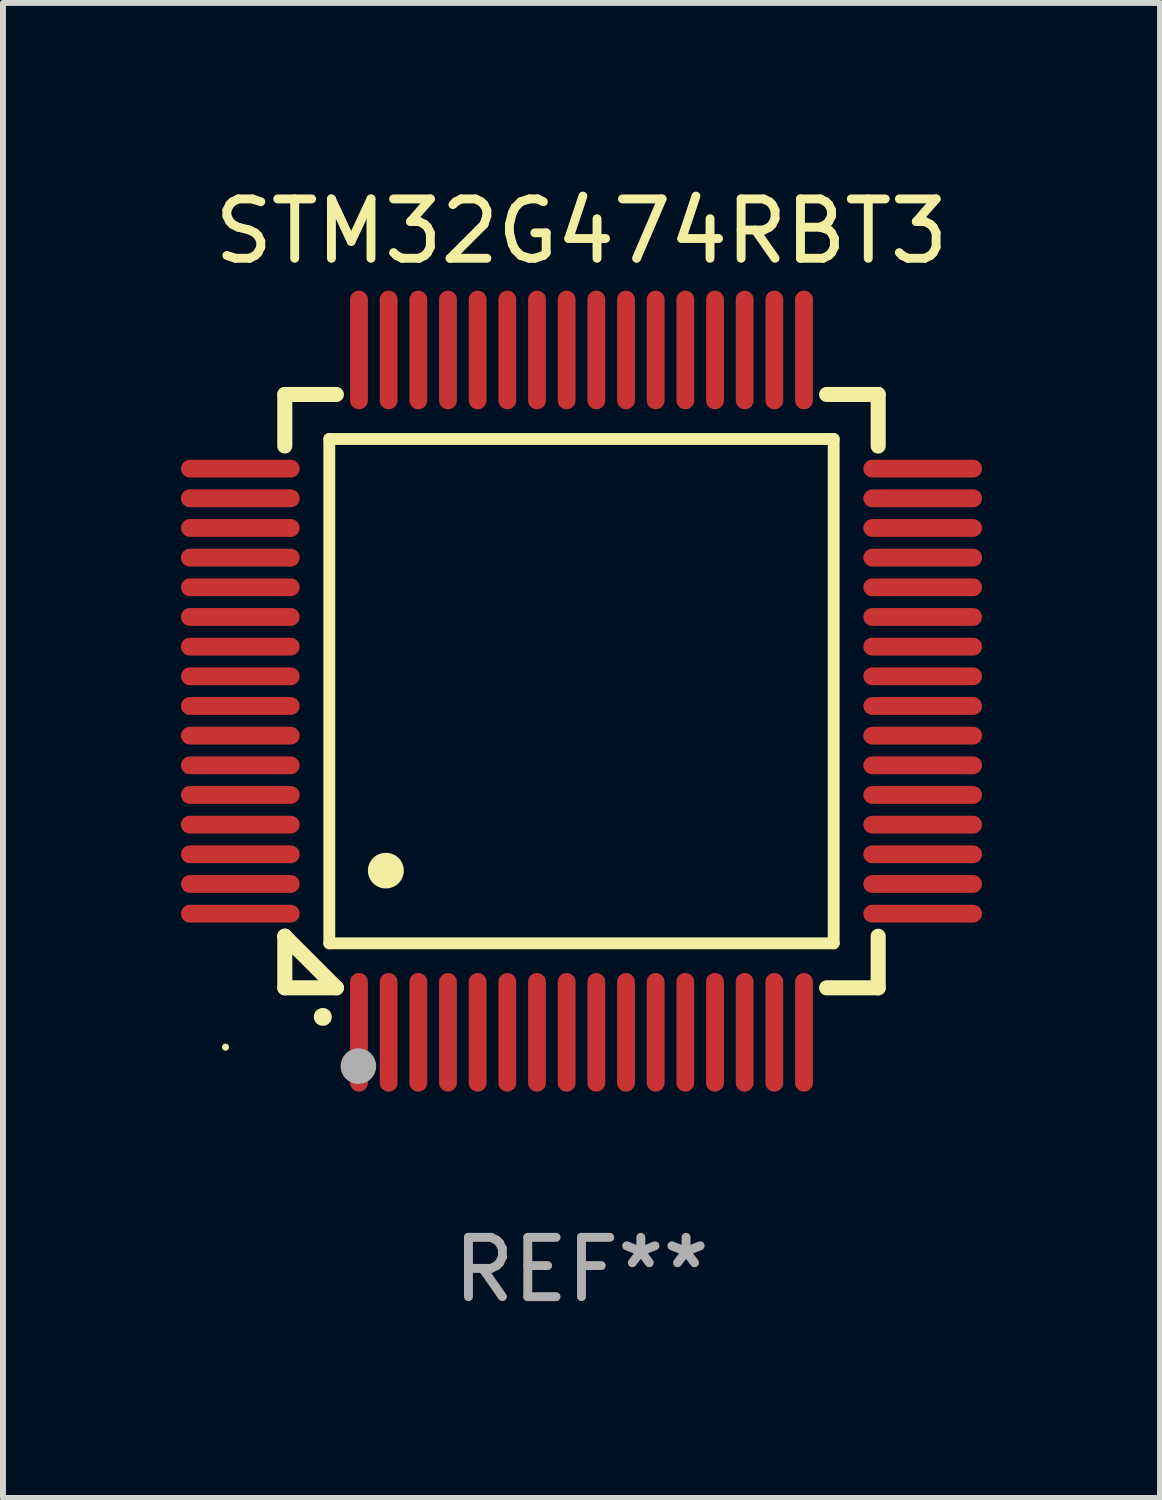
<source format=kicad_pcb>
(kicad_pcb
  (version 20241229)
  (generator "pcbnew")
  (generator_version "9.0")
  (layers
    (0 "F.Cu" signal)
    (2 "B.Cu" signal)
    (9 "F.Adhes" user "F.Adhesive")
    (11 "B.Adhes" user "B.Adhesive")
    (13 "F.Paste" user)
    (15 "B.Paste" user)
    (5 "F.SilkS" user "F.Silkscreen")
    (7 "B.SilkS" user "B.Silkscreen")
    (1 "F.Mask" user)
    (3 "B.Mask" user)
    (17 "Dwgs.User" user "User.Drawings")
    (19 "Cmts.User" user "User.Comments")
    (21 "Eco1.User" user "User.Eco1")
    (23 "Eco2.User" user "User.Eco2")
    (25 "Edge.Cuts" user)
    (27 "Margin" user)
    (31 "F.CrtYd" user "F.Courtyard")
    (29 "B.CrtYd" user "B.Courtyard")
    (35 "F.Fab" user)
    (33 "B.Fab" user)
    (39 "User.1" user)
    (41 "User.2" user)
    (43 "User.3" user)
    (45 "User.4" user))
  (footprint "STM32G474RBT3"
    (layer "F.Cu")
    (at 6.75 8.598)
    (property "Reference" "STM32G474RBT3" (at 0 -7.75 0) (layer "F.SilkS") (effects (font (size 1 1) (thickness 0.15))))
    (attr through_hole)
    (fp_line (start -5 -5) (end -4.131 -5) (stroke (width 0.254) (type solid)) (layer "F.SilkS"))
    (fp_line (start -5 -4.131) (end -5 -5) (stroke (width 0.254) (type solid)) (layer "F.SilkS"))
    (fp_line (start -5 4.131) (end -5 4.131) (stroke (width 0.254) (type solid)) (layer "F.SilkS"))
    (fp_line (start -5 5) (end -5 4.131) (stroke (width 0.254) (type solid)) (layer "F.SilkS"))
    (fp_line (start -5 4.131) (end -4.131 5) (stroke (width 0.254) (type solid)) (layer "F.SilkS"))
    (fp_line (start -4.25 -4.25) (end -4.25 4.25) (stroke (width 0.2) (type solid)) (layer "F.SilkS"))
    (fp_line (start -4.25 4.25) (end 4.25 4.25) (stroke (width 0.2) (type solid)) (layer "F.SilkS"))
    (fp_line (start -4.131 5) (end -5 5) (stroke (width 0.254) (type solid)) (layer "F.SilkS"))
    (fp_line (start 4.25 -4.25) (end -4.25 -4.25) (stroke (width 0.2) (type solid)) (layer "F.SilkS"))
    (fp_line (start 4.25 4.25) (end 4.25 -4.25) (stroke (width 0.2) (type solid)) (layer "F.SilkS"))
    (fp_line (start 5 -5) (end 4.131 -5) (stroke (width 0.254) (type solid)) (layer "F.SilkS"))
    (fp_line (start 5 -5) (end 5 -4.131) (stroke (width 0.254) (type solid)) (layer "F.SilkS"))
    (fp_line (start 5 4.131) (end 5 5) (stroke (width 0.254) (type solid)) (layer "F.SilkS"))
    (fp_line (start 5 5) (end 4.131 5) (stroke (width 0.254) (type solid)) (layer "F.SilkS"))
    (fp_arc (start -4.361265 5.489992) (mid -4.359995 5.489987) (end -4.358725 5.489992) (stroke (width 0.3) (type solid)) (layer "F.SilkS"))
    (fp_arc (start -3.299467 3.025146) (mid -3.296927 3.025135) (end -3.294387 3.025146) (stroke (width 0.6) (type solid)) (layer "F.SilkS"))
    (fp_circle (center -6 6) (end -5.97 6) (stroke (width 0.06) (type solid)) (fill no) (layer "F.SilkS"))
    (fp_circle (center -3.76 6.32) (end -3.61 6.32) (stroke (width 0.3) (type solid)) (fill no) (layer "F.Fab"))
    (fp_text user "REF**" (at 0 9.75 0) (layer "F.Fab") (effects (font (size 1 1) (thickness 0.15))))
    (pad "1" smd oval (at -3.75 5.75) (size 0.3 2) (layers "F.Cu" "F.Mask" "F.Paste"))
    (pad "2" smd oval (at -3.25 5.75) (size 0.3 2) (layers "F.Cu" "F.Mask" "F.Paste"))
    (pad "3" smd oval (at -2.75 5.75) (size 0.3 2) (layers "F.Cu" "F.Mask" "F.Paste"))
    (pad "4" smd oval (at -2.25 5.75) (size 0.3 2) (layers "F.Cu" "F.Mask" "F.Paste"))
    (pad "5" smd oval (at -1.75 5.75) (size 0.3 2) (layers "F.Cu" "F.Mask" "F.Paste"))
    (pad "6" smd oval (at -1.25 5.75) (size 0.3 2) (layers "F.Cu" "F.Mask" "F.Paste"))
    (pad "7" smd oval (at -0.75 5.75) (size 0.3 2) (layers "F.Cu" "F.Mask" "F.Paste"))
    (pad "8" smd oval (at -0.25 5.75) (size 0.3 2) (layers "F.Cu" "F.Mask" "F.Paste"))
    (pad "9" smd oval (at 0.25 5.75) (size 0.3 2) (layers "F.Cu" "F.Mask" "F.Paste"))
    (pad "10" smd oval (at 0.75 5.75) (size 0.3 2) (layers "F.Cu" "F.Mask" "F.Paste"))
    (pad "11" smd oval (at 1.25 5.75) (size 0.3 2) (layers "F.Cu" "F.Mask" "F.Paste"))
    (pad "12" smd oval (at 1.75 5.75) (size 0.3 2) (layers "F.Cu" "F.Mask" "F.Paste"))
    (pad "13" smd oval (at 2.25 5.75) (size 0.3 2) (layers "F.Cu" "F.Mask" "F.Paste"))
    (pad "14" smd oval (at 2.75 5.75) (size 0.3 2) (layers "F.Cu" "F.Mask" "F.Paste"))
    (pad "15" smd oval (at 3.25 5.75) (size 0.3 2) (layers "F.Cu" "F.Mask" "F.Paste"))
    (pad "16" smd oval (at 3.75 5.75) (size 0.3 2) (layers "F.Cu" "F.Mask" "F.Paste"))
    (pad "17" smd oval (at 5.75 3.75) (size 2 0.3) (layers "F.Cu" "F.Mask" "F.Paste"))
    (pad "18" smd oval (at 5.75 3.25) (size 2 0.3) (layers "F.Cu" "F.Mask" "F.Paste"))
    (pad "19" smd oval (at 5.75 2.75) (size 2 0.3) (layers "F.Cu" "F.Mask" "F.Paste"))
    (pad "20" smd oval (at 5.75 2.25) (size 2 0.3) (layers "F.Cu" "F.Mask" "F.Paste"))
    (pad "21" smd oval (at 5.75 1.75) (size 2 0.3) (layers "F.Cu" "F.Mask" "F.Paste"))
    (pad "22" smd oval (at 5.75 1.25) (size 2 0.3) (layers "F.Cu" "F.Mask" "F.Paste"))
    (pad "23" smd oval (at 5.75 0.75) (size 2 0.3) (layers "F.Cu" "F.Mask" "F.Paste"))
    (pad "24" smd oval (at 5.75 0.25) (size 2 0.3) (layers "F.Cu" "F.Mask" "F.Paste"))
    (pad "25" smd oval (at 5.75 -0.25) (size 2 0.3) (layers "F.Cu" "F.Mask" "F.Paste"))
    (pad "26" smd oval (at 5.75 -0.75) (size 2 0.3) (layers "F.Cu" "F.Mask" "F.Paste"))
    (pad "27" smd oval (at 5.75 -1.25) (size 2 0.3) (layers "F.Cu" "F.Mask" "F.Paste"))
    (pad "28" smd oval (at 5.75 -1.75) (size 2 0.3) (layers "F.Cu" "F.Mask" "F.Paste"))
    (pad "29" smd oval (at 5.75 -2.25) (size 2 0.3) (layers "F.Cu" "F.Mask" "F.Paste"))
    (pad "30" smd oval (at 5.75 -2.75) (size 2 0.3) (layers "F.Cu" "F.Mask" "F.Paste"))
    (pad "31" smd oval (at 5.75 -3.25) (size 2 0.3) (layers "F.Cu" "F.Mask" "F.Paste"))
    (pad "32" smd oval (at 5.75 -3.75) (size 2 0.3) (layers "F.Cu" "F.Mask" "F.Paste"))
    (pad "33" smd oval (at 3.75 -5.75) (size 0.3 2) (layers "F.Cu" "F.Mask" "F.Paste"))
    (pad "34" smd oval (at 3.25 -5.75) (size 0.3 2) (layers "F.Cu" "F.Mask" "F.Paste"))
    (pad "35" smd oval (at 2.75 -5.75) (size 0.3 2) (layers "F.Cu" "F.Mask" "F.Paste"))
    (pad "36" smd oval (at 2.25 -5.75) (size 0.3 2) (layers "F.Cu" "F.Mask" "F.Paste"))
    (pad "37" smd oval (at 1.75 -5.75) (size 0.3 2) (layers "F.Cu" "F.Mask" "F.Paste"))
    (pad "38" smd oval (at 1.25 -5.75) (size 0.3 2) (layers "F.Cu" "F.Mask" "F.Paste"))
    (pad "39" smd oval (at 0.75 -5.75) (size 0.3 2) (layers "F.Cu" "F.Mask" "F.Paste"))
    (pad "40" smd oval (at 0.25 -5.75) (size 0.3 2) (layers "F.Cu" "F.Mask" "F.Paste"))
    (pad "41" smd oval (at -0.25 -5.75) (size 0.3 2) (layers "F.Cu" "F.Mask" "F.Paste"))
    (pad "42" smd oval (at -0.75 -5.75) (size 0.3 2) (layers "F.Cu" "F.Mask" "F.Paste"))
    (pad "43" smd oval (at -1.25 -5.75) (size 0.3 2) (layers "F.Cu" "F.Mask" "F.Paste"))
    (pad "44" smd oval (at -1.75 -5.75) (size 0.3 2) (layers "F.Cu" "F.Mask" "F.Paste"))
    (pad "45" smd oval (at -2.25 -5.75) (size 0.3 2) (layers "F.Cu" "F.Mask" "F.Paste"))
    (pad "46" smd oval (at -2.75 -5.75) (size 0.3 2) (layers "F.Cu" "F.Mask" "F.Paste"))
    (pad "47" smd oval (at -3.25 -5.75) (size 0.3 2) (layers "F.Cu" "F.Mask" "F.Paste"))
    (pad "48" smd oval (at -3.75 -5.75) (size 0.3 2) (layers "F.Cu" "F.Mask" "F.Paste"))
    (pad "49" smd oval (at -5.75 -3.75) (size 2 0.3) (layers "F.Cu" "F.Mask" "F.Paste"))
    (pad "50" smd oval (at -5.75 -3.25) (size 2 0.3) (layers "F.Cu" "F.Mask" "F.Paste"))
    (pad "51" smd oval (at -5.75 -2.75) (size 2 0.3) (layers "F.Cu" "F.Mask" "F.Paste"))
    (pad "52" smd oval (at -5.75 -2.25) (size 2 0.3) (layers "F.Cu" "F.Mask" "F.Paste"))
    (pad "53" smd oval (at -5.75 -1.75) (size 2 0.3) (layers "F.Cu" "F.Mask" "F.Paste"))
    (pad "54" smd oval (at -5.75 -1.25) (size 2 0.3) (layers "F.Cu" "F.Mask" "F.Paste"))
    (pad "55" smd oval (at -5.75 -0.75) (size 2 0.3) (layers "F.Cu" "F.Mask" "F.Paste"))
    (pad "56" smd oval (at -5.75 -0.25) (size 2 0.3) (layers "F.Cu" "F.Mask" "F.Paste"))
    (pad "57" smd oval (at -5.75 0.25) (size 2 0.3) (layers "F.Cu" "F.Mask" "F.Paste"))
    (pad "58" smd oval (at -5.75 0.75) (size 2 0.3) (layers "F.Cu" "F.Mask" "F.Paste"))
    (pad "59" smd oval (at -5.75 1.25) (size 2 0.3) (layers "F.Cu" "F.Mask" "F.Paste"))
    (pad "60" smd oval (at -5.75 1.75) (size 2 0.3) (layers "F.Cu" "F.Mask" "F.Paste"))
    (pad "61" smd oval (at -5.75 2.25) (size 2 0.3) (layers "F.Cu" "F.Mask" "F.Paste"))
    (pad "62" smd oval (at -5.75 2.75) (size 2 0.3) (layers "F.Cu" "F.Mask" "F.Paste"))
    (pad "63" smd oval (at -5.75 3.25) (size 2 0.3) (layers "F.Cu" "F.Mask" "F.Paste"))
    (pad "64" smd oval (at -5.75 3.75) (size 2 0.3) (layers "F.Cu" "F.Mask" "F.Paste")))
  (gr_rect
    (start -3 -3)
    (end 16.5 22.196)
    (stroke (width 0.1) (type default))
    (fill no)
    (layer "Edge.Cuts")))
</source>
